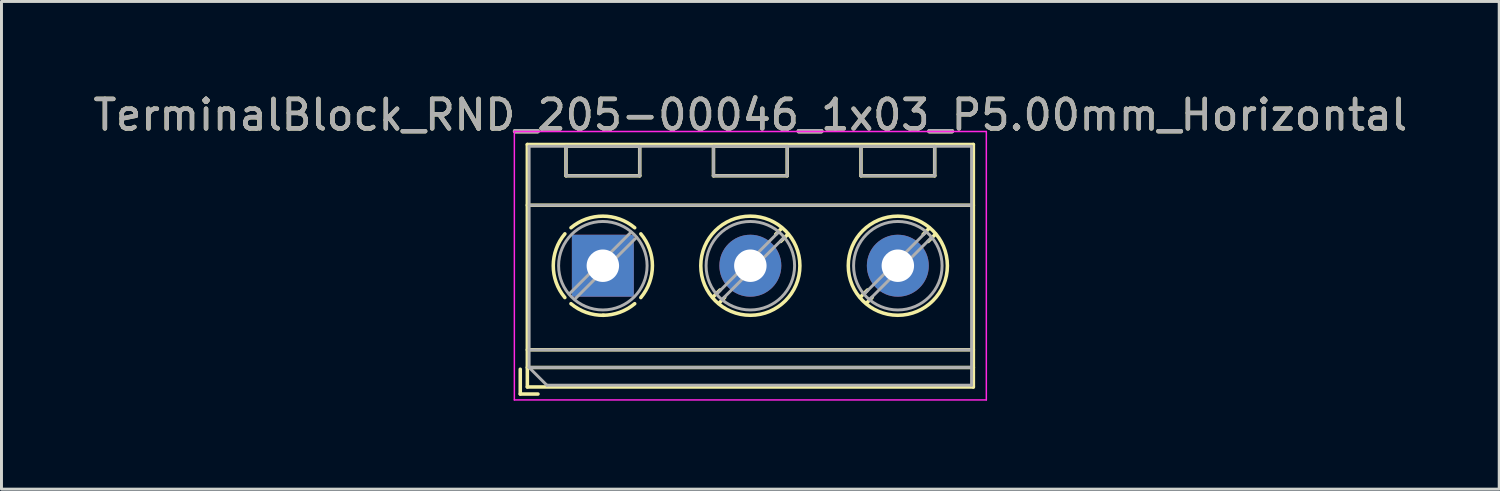
<source format=kicad_pcb>
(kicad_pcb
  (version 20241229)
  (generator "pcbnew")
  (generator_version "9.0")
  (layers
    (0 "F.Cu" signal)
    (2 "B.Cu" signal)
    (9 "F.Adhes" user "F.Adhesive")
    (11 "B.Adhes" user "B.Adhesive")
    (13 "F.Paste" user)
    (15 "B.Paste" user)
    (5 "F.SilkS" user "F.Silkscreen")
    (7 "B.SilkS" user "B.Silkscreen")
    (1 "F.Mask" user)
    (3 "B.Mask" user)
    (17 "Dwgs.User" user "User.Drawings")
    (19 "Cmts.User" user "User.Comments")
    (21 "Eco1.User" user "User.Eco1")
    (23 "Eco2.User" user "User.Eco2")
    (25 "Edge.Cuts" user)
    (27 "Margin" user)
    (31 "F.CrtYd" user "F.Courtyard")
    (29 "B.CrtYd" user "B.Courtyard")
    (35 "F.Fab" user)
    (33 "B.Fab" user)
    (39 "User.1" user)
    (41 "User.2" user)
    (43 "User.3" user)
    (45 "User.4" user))
  (footprint "TerminalBlock_RND_205-00046_1x03_P5.00mm_Horizontal"
    (layer "F.Cu")
    (at 17.387 5.958)
    (property "Reference" "TerminalBlock_RND_205-00046_1x03_P5.00mm_Horizontal" (at 5 -5.11 0) (layer "F.SilkS") (effects (font (size 1 1) (thickness 0.15))))
    (attr through_hole)
    (fp_line (start -2.8 3.51) (end -2.8 4.35) (stroke (width 0.12) (type solid)) (layer "F.SilkS"))
    (fp_line (start -2.8 4.35) (end -2.2 4.35) (stroke (width 0.12) (type solid)) (layer "F.SilkS"))
    (fp_line (start -2.56 -4.11) (end -2.56 4.11) (stroke (width 0.12) (type solid)) (layer "F.SilkS"))
    (fp_line (start -2.56 -4.11) (end 12.56 -4.11) (stroke (width 0.12) (type solid)) (layer "F.SilkS"))
    (fp_line (start -2.56 -2.05) (end 12.56 -2.05) (stroke (width 0.12) (type solid)) (layer "F.SilkS"))
    (fp_line (start -2.56 2.85) (end 12.56 2.85) (stroke (width 0.12) (type solid)) (layer "F.SilkS"))
    (fp_line (start -2.56 3.45) (end 12.56 3.45) (stroke (width 0.12) (type solid)) (layer "F.SilkS"))
    (fp_line (start -2.56 4.11) (end 12.56 4.11) (stroke (width 0.12) (type solid)) (layer "F.SilkS"))
    (fp_line (start -1.25 -4.05) (end -1.25 -3.05) (stroke (width 0.12) (type solid)) (layer "F.SilkS"))
    (fp_line (start -1.25 -4.05) (end 1.25 -4.05) (stroke (width 0.12) (type solid)) (layer "F.SilkS"))
    (fp_line (start -1.25 -3.05) (end 1.25 -3.05) (stroke (width 0.12) (type solid)) (layer "F.SilkS"))
    (fp_line (start 1.25 -4.05) (end 1.25 -3.05) (stroke (width 0.12) (type solid)) (layer "F.SilkS"))
    (fp_line (start 3.75 -4.05) (end 3.75 -3.05) (stroke (width 0.12) (type solid)) (layer "F.SilkS"))
    (fp_line (start 3.75 -4.05) (end 6.25 -4.05) (stroke (width 0.12) (type solid)) (layer "F.SilkS"))
    (fp_line (start 3.75 -3.05) (end 6.25 -3.05) (stroke (width 0.12) (type solid)) (layer "F.SilkS"))
    (fp_line (start 3.972 0.823) (end 3.726 1.069) (stroke (width 0.12) (type solid)) (layer "F.SilkS"))
    (fp_line (start 4.13 1.075) (end 3.931 1.274) (stroke (width 0.12) (type solid)) (layer "F.SilkS"))
    (fp_line (start 6.07 -1.275) (end 5.859 -1.064) (stroke (width 0.12) (type solid)) (layer "F.SilkS"))
    (fp_line (start 6.25 -4.05) (end 6.25 -3.05) (stroke (width 0.12) (type solid)) (layer "F.SilkS"))
    (fp_line (start 6.275 -1.069) (end 6.029 -0.823) (stroke (width 0.12) (type solid)) (layer "F.SilkS"))
    (fp_line (start 8.75 -4.05) (end 8.75 -3.05) (stroke (width 0.12) (type solid)) (layer "F.SilkS"))
    (fp_line (start 8.75 -4.05) (end 11.25 -4.05) (stroke (width 0.12) (type solid)) (layer "F.SilkS"))
    (fp_line (start 8.75 -3.05) (end 11.25 -3.05) (stroke (width 0.12) (type solid)) (layer "F.SilkS"))
    (fp_line (start 8.972 0.823) (end 8.726 1.069) (stroke (width 0.12) (type solid)) (layer "F.SilkS"))
    (fp_line (start 9.13 1.075) (end 8.931 1.274) (stroke (width 0.12) (type solid)) (layer "F.SilkS"))
    (fp_line (start 11.07 -1.275) (end 10.859 -1.064) (stroke (width 0.12) (type solid)) (layer "F.SilkS"))
    (fp_line (start 11.25 -4.05) (end 11.25 -3.05) (stroke (width 0.12) (type solid)) (layer "F.SilkS"))
    (fp_line (start 11.275 -1.069) (end 11.029 -0.823) (stroke (width 0.12) (type solid)) (layer "F.SilkS"))
    (fp_line (start 12.56 -4.11) (end 12.56 4.11) (stroke (width 0.12) (type solid)) (layer "F.SilkS"))
    (fp_arc (start -1.288062 1.079734) (mid -1.680752 -0.000826) (end -1.287 -1.081) (stroke (width 0.12) (type solid)) (layer "F.SilkS"))
    (fp_arc (start -1.079908 -1.287078) (mid 0.00006 -1.68011) (end 1.08 -1.287) (stroke (width 0.12) (type solid)) (layer "F.SilkS"))
    (fp_arc (start 0.028507 1.680511) (mid -0.561826 1.584071) (end -1.081 1.287) (stroke (width 0.12) (type solid)) (layer "F.SilkS"))
    (fp_arc (start 1.079883 1.286955) (mid 0.574594 1.578684) (end 0 1.68) (stroke (width 0.12) (type solid)) (layer "F.SilkS"))
    (fp_arc (start 1.287078 -1.079908) (mid 1.68011 0.00006) (end 1.287 1.08) (stroke (width 0.12) (type solid)) (layer "F.SilkS"))
    (fp_circle (center 5 0) (end 6.68 0) (stroke (width 0.12) (type solid)) (fill no) (layer "F.SilkS"))
    (fp_circle (center 10 0) (end 11.68 0) (stroke (width 0.12) (type solid)) (fill no) (layer "F.SilkS"))
    (fp_line (start -3 -4.55) (end -3 4.55) (stroke (width 0.05) (type solid)) (layer "F.CrtYd"))
    (fp_line (start -3 4.55) (end 13 4.55) (stroke (width 0.05) (type solid)) (layer "F.CrtYd"))
    (fp_line (start 13 -4.55) (end -3 -4.55) (stroke (width 0.05) (type solid)) (layer "F.CrtYd"))
    (fp_line (start 13 4.55) (end 13 -4.55) (stroke (width 0.05) (type solid)) (layer "F.CrtYd"))
    (fp_line (start -2.5 -4.05) (end 12.5 -4.05) (stroke (width 0.1) (type solid)) (layer "F.Fab"))
    (fp_line (start -2.5 -2.05) (end 12.5 -2.05) (stroke (width 0.1) (type solid)) (layer "F.Fab"))
    (fp_line (start -2.5 2.85) (end 12.5 2.85) (stroke (width 0.1) (type solid)) (layer "F.Fab"))
    (fp_line (start -2.5 3.45) (end -2.5 -4.05) (stroke (width 0.1) (type solid)) (layer "F.Fab"))
    (fp_line (start -2.5 3.45) (end 12.5 3.45) (stroke (width 0.1) (type solid)) (layer "F.Fab"))
    (fp_line (start -1.9 4.05) (end -2.5 3.45) (stroke (width 0.1) (type solid)) (layer "F.Fab"))
    (fp_line (start -1.25 -4.05) (end -1.25 -3.05) (stroke (width 0.1) (type solid)) (layer "F.Fab"))
    (fp_line (start -1.25 -3.05) (end 1.25 -3.05) (stroke (width 0.1) (type solid)) (layer "F.Fab"))
    (fp_line (start 0.955 -1.138) (end -1.138 0.955) (stroke (width 0.1) (type solid)) (layer "F.Fab"))
    (fp_line (start 1.138 -0.955) (end -0.955 1.138) (stroke (width 0.1) (type solid)) (layer "F.Fab"))
    (fp_line (start 1.25 -4.05) (end -1.25 -4.05) (stroke (width 0.1) (type solid)) (layer "F.Fab"))
    (fp_line (start 1.25 -3.05) (end 1.25 -4.05) (stroke (width 0.1) (type solid)) (layer "F.Fab"))
    (fp_line (start 3.75 -4.05) (end 3.75 -3.05) (stroke (width 0.1) (type solid)) (layer "F.Fab"))
    (fp_line (start 3.75 -3.05) (end 6.25 -3.05) (stroke (width 0.1) (type solid)) (layer "F.Fab"))
    (fp_line (start 5.955 -1.138) (end 3.863 0.955) (stroke (width 0.1) (type solid)) (layer "F.Fab"))
    (fp_line (start 6.138 -0.955) (end 4.046 1.138) (stroke (width 0.1) (type solid)) (layer "F.Fab"))
    (fp_line (start 6.25 -4.05) (end 3.75 -4.05) (stroke (width 0.1) (type solid)) (layer "F.Fab"))
    (fp_line (start 6.25 -3.05) (end 6.25 -4.05) (stroke (width 0.1) (type solid)) (layer "F.Fab"))
    (fp_line (start 8.75 -4.05) (end 8.75 -3.05) (stroke (width 0.1) (type solid)) (layer "F.Fab"))
    (fp_line (start 8.75 -3.05) (end 11.25 -3.05) (stroke (width 0.1) (type solid)) (layer "F.Fab"))
    (fp_line (start 10.955 -1.138) (end 8.863 0.955) (stroke (width 0.1) (type solid)) (layer "F.Fab"))
    (fp_line (start 11.138 -0.955) (end 9.046 1.138) (stroke (width 0.1) (type solid)) (layer "F.Fab"))
    (fp_line (start 11.25 -4.05) (end 8.75 -4.05) (stroke (width 0.1) (type solid)) (layer "F.Fab"))
    (fp_line (start 11.25 -3.05) (end 11.25 -4.05) (stroke (width 0.1) (type solid)) (layer "F.Fab"))
    (fp_line (start 12.5 -4.05) (end 12.5 4.05) (stroke (width 0.1) (type solid)) (layer "F.Fab"))
    (fp_line (start 12.5 4.05) (end -1.9 4.05) (stroke (width 0.1) (type solid)) (layer "F.Fab"))
    (fp_circle (center 0 0) (end 1.5 0) (stroke (width 0.1) (type solid)) (fill no) (layer "F.Fab"))
    (fp_circle (center 5 0) (end 6.5 0) (stroke (width 0.1) (type solid)) (fill no) (layer "F.Fab"))
    (fp_circle (center 10 0) (end 11.5 0) (stroke (width 0.1) (type solid)) (fill no) (layer "F.Fab"))
    (fp_text user "${REFERENCE}" (at 5 -5.11 0) (layer "F.Fab") (effects (font (size 1 1) (thickness 0.15))))
    (pad "1" thru_hole rect (at 0 0) (size 2.1 2.1) (drill 1.1) (layers "*.Cu" "*.Mask"))
    (pad "2" thru_hole circle (at 5 0) (size 2.1 2.1) (drill 1.1) (layers "*.Cu" "*.Mask"))
    (pad "3" thru_hole circle (at 10 0) (size 2.1 2.1) (drill 1.1) (layers "*.Cu" "*.Mask")))
  (gr_rect
    (start -3 -3)
    (end 47.774 13.533)
    (stroke (width 0.1) (type default))
    (fill no)
    (layer "Edge.Cuts")))
</source>
